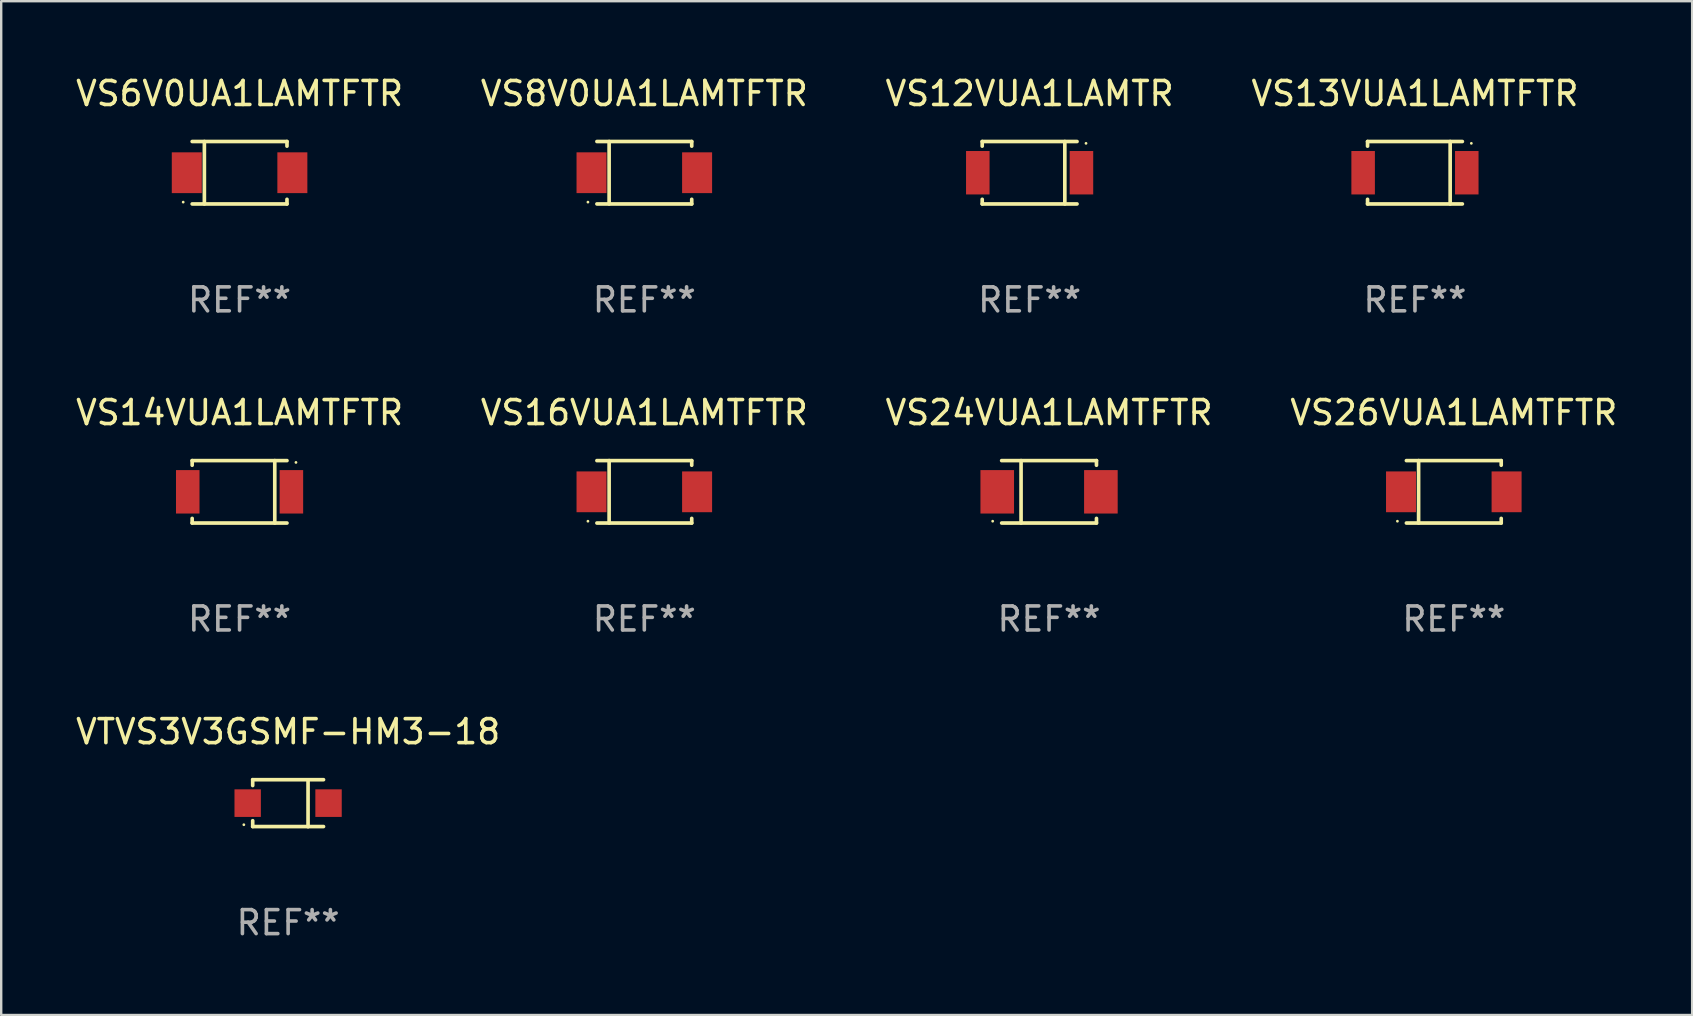
<source format=kicad_pcb>
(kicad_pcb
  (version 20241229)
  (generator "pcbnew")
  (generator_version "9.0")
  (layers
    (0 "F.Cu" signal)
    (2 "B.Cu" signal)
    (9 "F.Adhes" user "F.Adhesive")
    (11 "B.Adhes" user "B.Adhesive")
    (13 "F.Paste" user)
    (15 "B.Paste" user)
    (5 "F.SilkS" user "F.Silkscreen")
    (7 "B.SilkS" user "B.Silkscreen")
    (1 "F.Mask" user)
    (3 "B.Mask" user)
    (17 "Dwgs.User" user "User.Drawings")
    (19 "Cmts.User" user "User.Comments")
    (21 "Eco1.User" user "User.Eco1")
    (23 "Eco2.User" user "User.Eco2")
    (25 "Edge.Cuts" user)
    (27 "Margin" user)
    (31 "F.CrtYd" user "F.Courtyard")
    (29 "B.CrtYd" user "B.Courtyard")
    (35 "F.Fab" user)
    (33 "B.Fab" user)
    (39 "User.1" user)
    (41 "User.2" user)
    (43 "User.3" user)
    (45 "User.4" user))
  (footprint "VS16VUA1LAMTFTR"
    (layer "F.Cu")
    (at 23.804 17.448)
    (property "Reference" "VS16VUA1LAMTFTR" (at 0 -3.301 0) (layer "F.SilkS") (effects (font (size 1 1) (thickness 0.15))))
    (attr through_hole)
    (fp_line (start -1.976 -1.301) (end 1.976 -1.301) (stroke (width 0.152) (type solid)) (layer "F.SilkS"))
    (fp_line (start -1.976 1.301) (end 1.976 1.301) (stroke (width 0.152) (type solid)) (layer "F.SilkS"))
    (fp_line (start -1.467 -1.301) (end -1.467 1.301) (stroke (width 0.152) (type solid)) (layer "F.SilkS"))
    (fp_line (start 1.976 -1.301) (end 1.976 -1.108) (stroke (width 0.152) (type solid)) (layer "F.SilkS"))
    (fp_line (start 1.976 1.301) (end 1.976 1.108) (stroke (width 0.152) (type solid)) (layer "F.SilkS"))
    (fp_circle (center -2.35 1.225) (end -2.32 1.225) (stroke (width 0.06) (type solid)) (fill no) (layer "F.SilkS"))
    (fp_text user "REF**" (at 0 5.301 0) (layer "F.Fab") (effects (font (size 1 1) (thickness 0.15))))
    (pad "1" smd rect (at -2.2 0 180) (size 1.25 1.7) (layers "F.Cu" "F.Mask" "F.Paste"))
    (pad "2" smd rect (at 2.2 0 180) (size 1.25 1.7) (layers "F.Cu" "F.Mask" "F.Paste")))
  (footprint "VS24VUA1LAMTFTR"
    (layer "F.Cu")
    (at 40.673 17.448)
    (property "Reference" "VS24VUA1LAMTFTR" (at 0 -3.301 0) (layer "F.SilkS") (effects (font (size 1 1) (thickness 0.15))))
    (attr through_hole)
    (fp_line (start -1.976 -1.301) (end 1.976 -1.301) (stroke (width 0.152) (type solid)) (layer "F.SilkS"))
    (fp_line (start -1.976 1.301) (end 1.976 1.301) (stroke (width 0.152) (type solid)) (layer "F.SilkS"))
    (fp_line (start -1.167 -1.301) (end -1.167 1.301) (stroke (width 0.152) (type solid)) (layer "F.SilkS"))
    (fp_line (start 1.976 -1.301) (end 1.976 -1.108) (stroke (width 0.152) (type solid)) (layer "F.SilkS"))
    (fp_line (start 1.976 1.301) (end 1.976 1.108) (stroke (width 0.152) (type solid)) (layer "F.SilkS"))
    (fp_circle (center -2.35 1.225) (end -2.32 1.225) (stroke (width 0.06) (type solid)) (fill no) (layer "F.SilkS"))
    (fp_text user "REF**" (at 0 5.301 0) (layer "F.Fab") (effects (font (size 1 1) (thickness 0.15))))
    (pad "1" smd rect (at -2.16 0.000127 180) (size 1.4 1.81) (layers "F.Cu" "F.Mask" "F.Paste"))
    (pad "2" smd rect (at 2.16 0.000127 180) (size 1.4 1.81) (layers "F.Cu" "F.Mask" "F.Paste")))
  (footprint "VS26VUA1LAMTFTR"
    (layer "F.Cu")
    (at 57.542 17.448)
    (property "Reference" "VS26VUA1LAMTFTR" (at 0 -3.301 0) (layer "F.SilkS") (effects (font (size 1 1) (thickness 0.15))))
    (attr through_hole)
    (fp_line (start -1.976 -1.301) (end 1.976 -1.301) (stroke (width 0.152) (type solid)) (layer "F.SilkS"))
    (fp_line (start -1.976 1.301) (end 1.976 1.301) (stroke (width 0.152) (type solid)) (layer "F.SilkS"))
    (fp_line (start -1.467 -1.301) (end -1.467 1.301) (stroke (width 0.152) (type solid)) (layer "F.SilkS"))
    (fp_line (start 1.976 -1.301) (end 1.976 -1.108) (stroke (width 0.152) (type solid)) (layer "F.SilkS"))
    (fp_line (start 1.976 1.301) (end 1.976 1.108) (stroke (width 0.152) (type solid)) (layer "F.SilkS"))
    (fp_circle (center -2.35 1.225) (end -2.32 1.225) (stroke (width 0.06) (type solid)) (fill no) (layer "F.SilkS"))
    (fp_text user "REF**" (at 0 5.301 0) (layer "F.Fab") (effects (font (size 1 1) (thickness 0.15))))
    (pad "1" smd rect (at -2.2 0 180) (size 1.25 1.7) (layers "F.Cu" "F.Mask" "F.Paste"))
    (pad "2" smd rect (at 2.2 0 180) (size 1.25 1.7) (layers "F.Cu" "F.Mask" "F.Paste")))
  (footprint "VS6V0UA1LAMTFTR"
    (layer "F.Cu")
    (at 6.935 4.149)
    (property "Reference" "VS6V0UA1LAMTFTR" (at 0 -3.301 0) (layer "F.SilkS") (effects (font (size 1 1) (thickness 0.15))))
    (attr through_hole)
    (fp_line (start -1.976 -1.301) (end 1.976 -1.301) (stroke (width 0.152) (type solid)) (layer "F.SilkS"))
    (fp_line (start -1.976 1.301) (end 1.976 1.301) (stroke (width 0.152) (type solid)) (layer "F.SilkS"))
    (fp_line (start -1.467 -1.301) (end -1.467 1.301) (stroke (width 0.152) (type solid)) (layer "F.SilkS"))
    (fp_line (start 1.976 -1.301) (end 1.976 -1.108) (stroke (width 0.152) (type solid)) (layer "F.SilkS"))
    (fp_line (start 1.976 1.301) (end 1.976 1.108) (stroke (width 0.152) (type solid)) (layer "F.SilkS"))
    (fp_circle (center -2.35 1.225) (end -2.32 1.225) (stroke (width 0.06) (type solid)) (fill no) (layer "F.SilkS"))
    (fp_text user "REF**" (at 0 5.301 0) (layer "F.Fab") (effects (font (size 1 1) (thickness 0.15))))
    (pad "1" smd rect (at -2.2 0 180) (size 1.25 1.7) (layers "F.Cu" "F.Mask" "F.Paste"))
    (pad "2" smd rect (at 2.2 0 180) (size 1.25 1.7) (layers "F.Cu" "F.Mask" "F.Paste")))
  (footprint "VS8V0UA1LAMTFTR"
    (layer "F.Cu")
    (at 23.804 4.149)
    (property "Reference" "VS8V0UA1LAMTFTR" (at 0 -3.301 0) (layer "F.SilkS") (effects (font (size 1 1) (thickness 0.15))))
    (attr through_hole)
    (fp_line (start -1.976 -1.301) (end 1.976 -1.301) (stroke (width 0.152) (type solid)) (layer "F.SilkS"))
    (fp_line (start -1.976 1.301) (end 1.976 1.301) (stroke (width 0.152) (type solid)) (layer "F.SilkS"))
    (fp_line (start -1.467 -1.301) (end -1.467 1.301) (stroke (width 0.152) (type solid)) (layer "F.SilkS"))
    (fp_line (start 1.976 -1.301) (end 1.976 -1.108) (stroke (width 0.152) (type solid)) (layer "F.SilkS"))
    (fp_line (start 1.976 1.301) (end 1.976 1.108) (stroke (width 0.152) (type solid)) (layer "F.SilkS"))
    (fp_circle (center -2.35 1.225) (end -2.32 1.225) (stroke (width 0.06) (type solid)) (fill no) (layer "F.SilkS"))
    (fp_text user "REF**" (at 0 5.301 0) (layer "F.Fab") (effects (font (size 1 1) (thickness 0.15))))
    (pad "1" smd rect (at -2.2 0 180) (size 1.25 1.7) (layers "F.Cu" "F.Mask" "F.Paste"))
    (pad "2" smd rect (at 2.2 0 180) (size 1.25 1.7) (layers "F.Cu" "F.Mask" "F.Paste")))
  (footprint "VS13VUA1LAMTFTR"
    (layer "F.Cu")
    (at 55.923 4.149)
    (property "Reference" "VS13VUA1LAMTFTR" (at 0 -3.301 0) (layer "F.SilkS") (effects (font (size 1 1) (thickness 0.15))))
    (attr through_hole)
    (fp_line (start -1.976 -1.301) (end -1.976 -1.108) (stroke (width 0.152) (type solid)) (layer "F.SilkS"))
    (fp_line (start -1.976 1.301) (end -1.976 1.108) (stroke (width 0.152) (type solid)) (layer "F.SilkS"))
    (fp_line (start 1.467 1.301) (end 1.467 -1.301) (stroke (width 0.152) (type solid)) (layer "F.SilkS"))
    (fp_line (start 1.976 -1.301) (end -1.976 -1.301) (stroke (width 0.152) (type solid)) (layer "F.SilkS"))
    (fp_line (start 1.976 1.301) (end -1.976 1.301) (stroke (width 0.152) (type solid)) (layer "F.SilkS"))
    (fp_circle (center 2.35 -1.225) (end 2.38 -1.225) (stroke (width 0.06) (type solid)) (fill no) (layer "F.SilkS"))
    (fp_text user "REF**" (at 0 5.301 0) (layer "F.Fab") (effects (font (size 1 1) (thickness 0.15))))
    (pad "1" smd rect (at 2.16 0) (size 0.98 1.81) (layers "F.Cu" "F.Mask" "F.Paste"))
    (pad "2" smd rect (at -2.16 0) (size 0.98 1.81) (layers "F.Cu" "F.Mask" "F.Paste")))
  (footprint "VS14VUA1LAMTFTR"
    (layer "F.Cu")
    (at 6.935 17.448)
    (property "Reference" "VS14VUA1LAMTFTR" (at 0 -3.301 0) (layer "F.SilkS") (effects (font (size 1 1) (thickness 0.15))))
    (attr through_hole)
    (fp_line (start -1.976 -1.301) (end -1.976 -1.108) (stroke (width 0.152) (type solid)) (layer "F.SilkS"))
    (fp_line (start -1.976 1.301) (end -1.976 1.108) (stroke (width 0.152) (type solid)) (layer "F.SilkS"))
    (fp_line (start 1.467 1.301) (end 1.467 -1.301) (stroke (width 0.152) (type solid)) (layer "F.SilkS"))
    (fp_line (start 1.976 -1.301) (end -1.976 -1.301) (stroke (width 0.152) (type solid)) (layer "F.SilkS"))
    (fp_line (start 1.976 1.301) (end -1.976 1.301) (stroke (width 0.152) (type solid)) (layer "F.SilkS"))
    (fp_circle (center 2.35 -1.225) (end 2.38 -1.225) (stroke (width 0.06) (type solid)) (fill no) (layer "F.SilkS"))
    (fp_text user "REF**" (at 0 5.301 0) (layer "F.Fab") (effects (font (size 1 1) (thickness 0.15))))
    (pad "1" smd rect (at 2.16 0) (size 0.98 1.81) (layers "F.Cu" "F.Mask" "F.Paste"))
    (pad "2" smd rect (at -2.16 0) (size 0.98 1.81) (layers "F.Cu" "F.Mask" "F.Paste")))
  (footprint "VTVS3V3GSMF-HM3-18"
    (layer "F.Cu")
    (at 8.958 30.426)
    (property "Reference" "VTVS3V3GSMF-HM3-18" (at 0 -2.98 0) (layer "F.SilkS") (effects (font (size 1 1) (thickness 0.15))))
    (attr through_hole)
    (fp_line (start -1.476 -0.98) (end -1.476 -0.737) (stroke (width 0.152) (type solid)) (layer "F.SilkS"))
    (fp_line (start -1.476 0.973) (end -1.476 0.73) (stroke (width 0.152) (type solid)) (layer "F.SilkS"))
    (fp_line (start 0.831 0.98) (end 0.831 -0.973) (stroke (width 0.152) (type solid)) (layer "F.SilkS"))
    (fp_line (start 1.476 -0.98) (end -1.476 -0.98) (stroke (width 0.152) (type solid)) (layer "F.SilkS"))
    (fp_line (start 1.476 0.973) (end -1.476 0.973) (stroke (width 0.152) (type solid)) (layer "F.SilkS"))
    (fp_circle (center -1.845 0.897) (end -1.815 0.897) (stroke (width 0.06) (type solid)) (fill no) (layer "F.SilkS"))
    (fp_text user "REF**" (at 0 4.98 0) (layer "F.Fab") (effects (font (size 1 1) (thickness 0.15))))
    (pad "1" smd rect (at -1.685 -0.003) (size 1.1 1.15) (layers "F.Cu" "F.Mask" "F.Paste"))
    (pad "2" smd rect (at 1.685 -0.003) (size 1.1 1.15) (layers "F.Cu" "F.Mask" "F.Paste")))
  (footprint "VS12VUA1LAMTR"
    (layer "F.Cu")
    (at 39.863 4.149)
    (property "Reference" "VS12VUA1LAMTR" (at 0 -3.301 0) (layer "F.SilkS") (effects (font (size 1 1) (thickness 0.15))))
    (attr through_hole)
    (fp_line (start -1.976 -1.301) (end -1.976 -1.108) (stroke (width 0.152) (type solid)) (layer "F.SilkS"))
    (fp_line (start -1.976 1.301) (end -1.976 1.108) (stroke (width 0.152) (type solid)) (layer "F.SilkS"))
    (fp_line (start 1.467 1.301) (end 1.467 -1.301) (stroke (width 0.152) (type solid)) (layer "F.SilkS"))
    (fp_line (start 1.976 -1.301) (end -1.976 -1.301) (stroke (width 0.152) (type solid)) (layer "F.SilkS"))
    (fp_line (start 1.976 1.301) (end -1.976 1.301) (stroke (width 0.152) (type solid)) (layer "F.SilkS"))
    (fp_circle (center 2.35 -1.225) (end 2.38 -1.225) (stroke (width 0.06) (type solid)) (fill no) (layer "F.SilkS"))
    (fp_text user "REF**" (at 0 5.301 0) (layer "F.Fab") (effects (font (size 1 1) (thickness 0.15))))
    (pad "1" smd rect (at 2.16 0) (size 0.98 1.81) (layers "F.Cu" "F.Mask" "F.Paste"))
    (pad "2" smd rect (at -2.16 0) (size 0.98 1.81) (layers "F.Cu" "F.Mask" "F.Paste")))
  (gr_rect
    (start -3 -3)
    (end 67.476 39.253)
    (stroke (width 0.1) (type default))
    (fill no)
    (layer "Edge.Cuts")))
</source>
